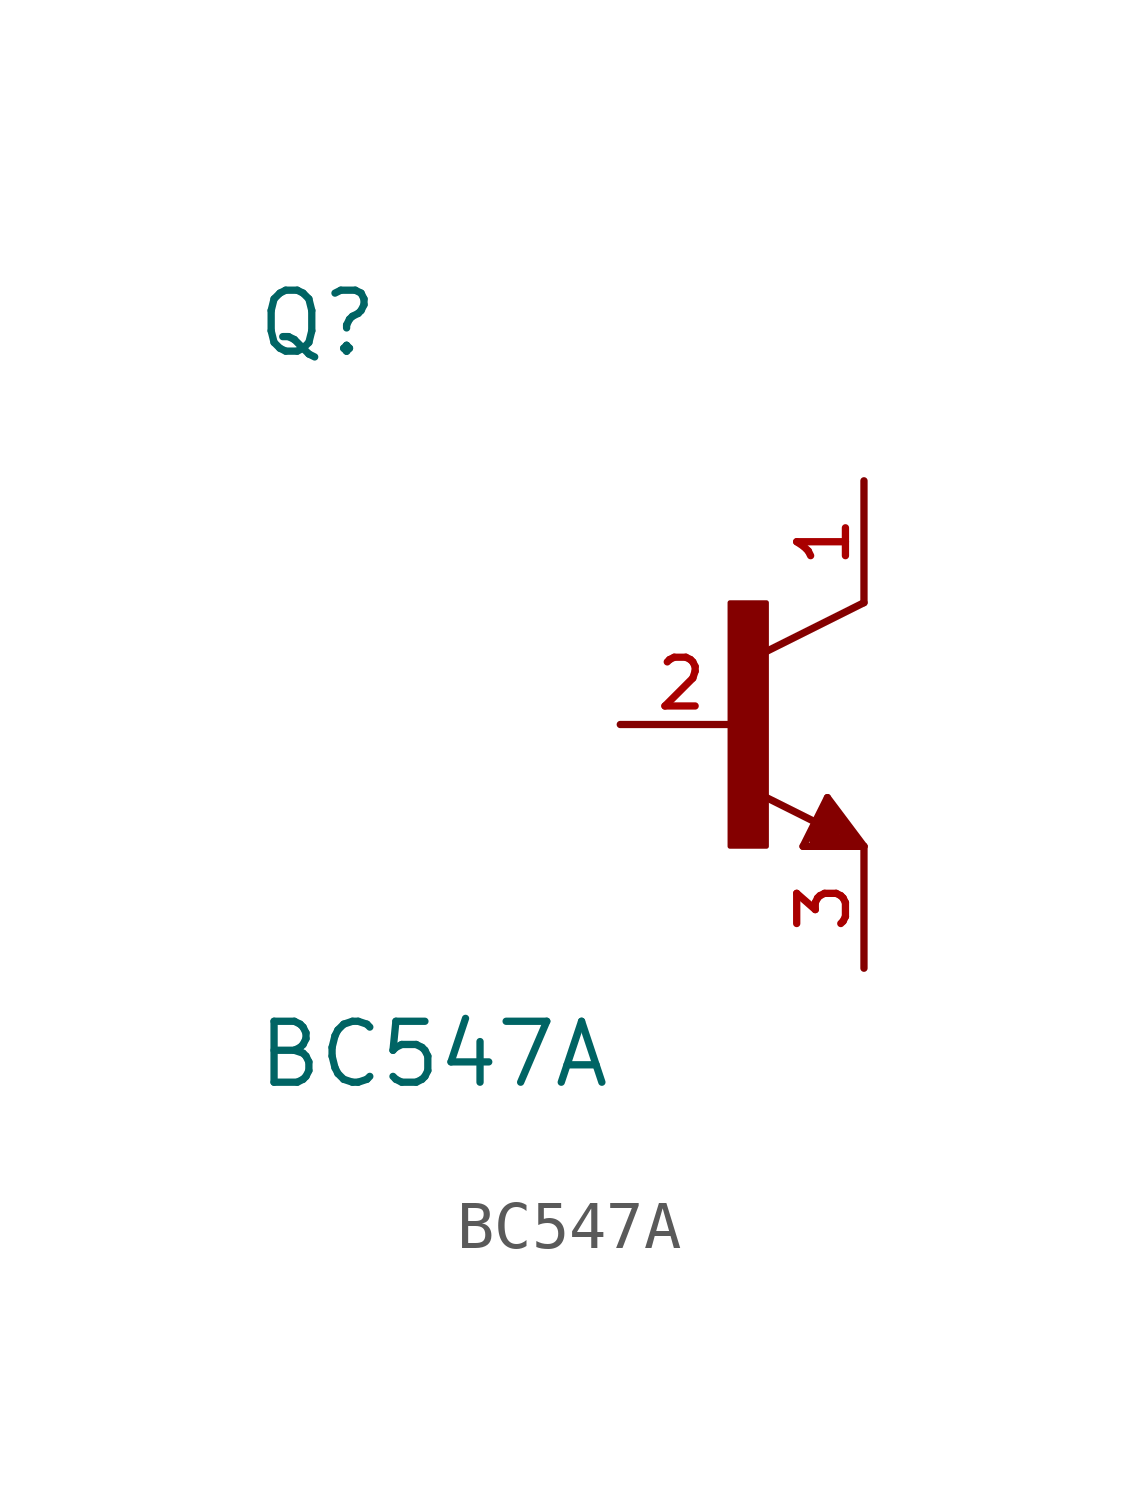
<source format=kicad_sym>
(kicad_symbol_lib
  (version 20211014)
  (generator kicad_symbol_editor)
  (symbol "BC547A"
    (pin_names
      (offset 1.016))
    (property "Reference" "Q"
      (at -10.16 7.62 0)
      (effects (font (size 1.27 1.27)) (justify bottom left)))
    (property "Value" "BC547A"
      (at -10.16 -7.62 0)
      (effects (font (size 1.27 1.27)) (justify bottom left)))
    (symbol "BC547A_0_0"
      (polyline (pts (xy 2.54 2.54) (xy 0.508 1.524)) (stroke (width 0.152)))
      (polyline (pts (xy 1.778 -1.524) (xy 2.54 -2.54)) (stroke (width 0.152)))
      (polyline (pts (xy 2.54 -2.54) (xy 1.27 -2.54)) (stroke (width 0.152)))
      (polyline (pts (xy 1.27 -2.54) (xy 1.778 -1.524)) (stroke (width 0.152)))
      (polyline (pts (xy 1.54 -2.04) (xy 0.308 -1.424)) (stroke (width 0.152)))
      (polyline (pts (xy 1.524 -2.413) (xy 2.286 -2.413)) (stroke (width 0.254)))
      (polyline (pts (xy 2.286 -2.413) (xy 1.778 -1.778)) (stroke (width 0.254)))
      (polyline (pts (xy 1.778 -1.778) (xy 1.524 -2.286)) (stroke (width 0.254)))
      (polyline (pts (xy 1.524 -2.286) (xy 1.905 -2.286)) (stroke (width 0.254)))
      (polyline (pts (xy 1.905 -2.286) (xy 1.778 -2.032)) (stroke (width 0.254)))
      (rectangle (start -0.254 -2.54) (end 0.508 2.54) (stroke (width 0.1)) (fill (type outline)))
      (pin passive line (at -2.54 0.0 0) (length 2.54) (name "~" (effects (font (size 1.016 1.016)))) (number "2" (effects (font (size 1.016 1.016)))))
      (pin passive line (at 2.54 -5.08 90.0) (length 2.54) (name "~" (effects (font (size 1.016 1.016)))) (number "3" (effects (font (size 1.016 1.016)))))
      (pin passive line (at 2.54 5.08 270.0) (length 2.54) (name "~" (effects (font (size 1.016 1.016)))) (number "1" (effects (font (size 1.016 1.016))))))))
</source>
